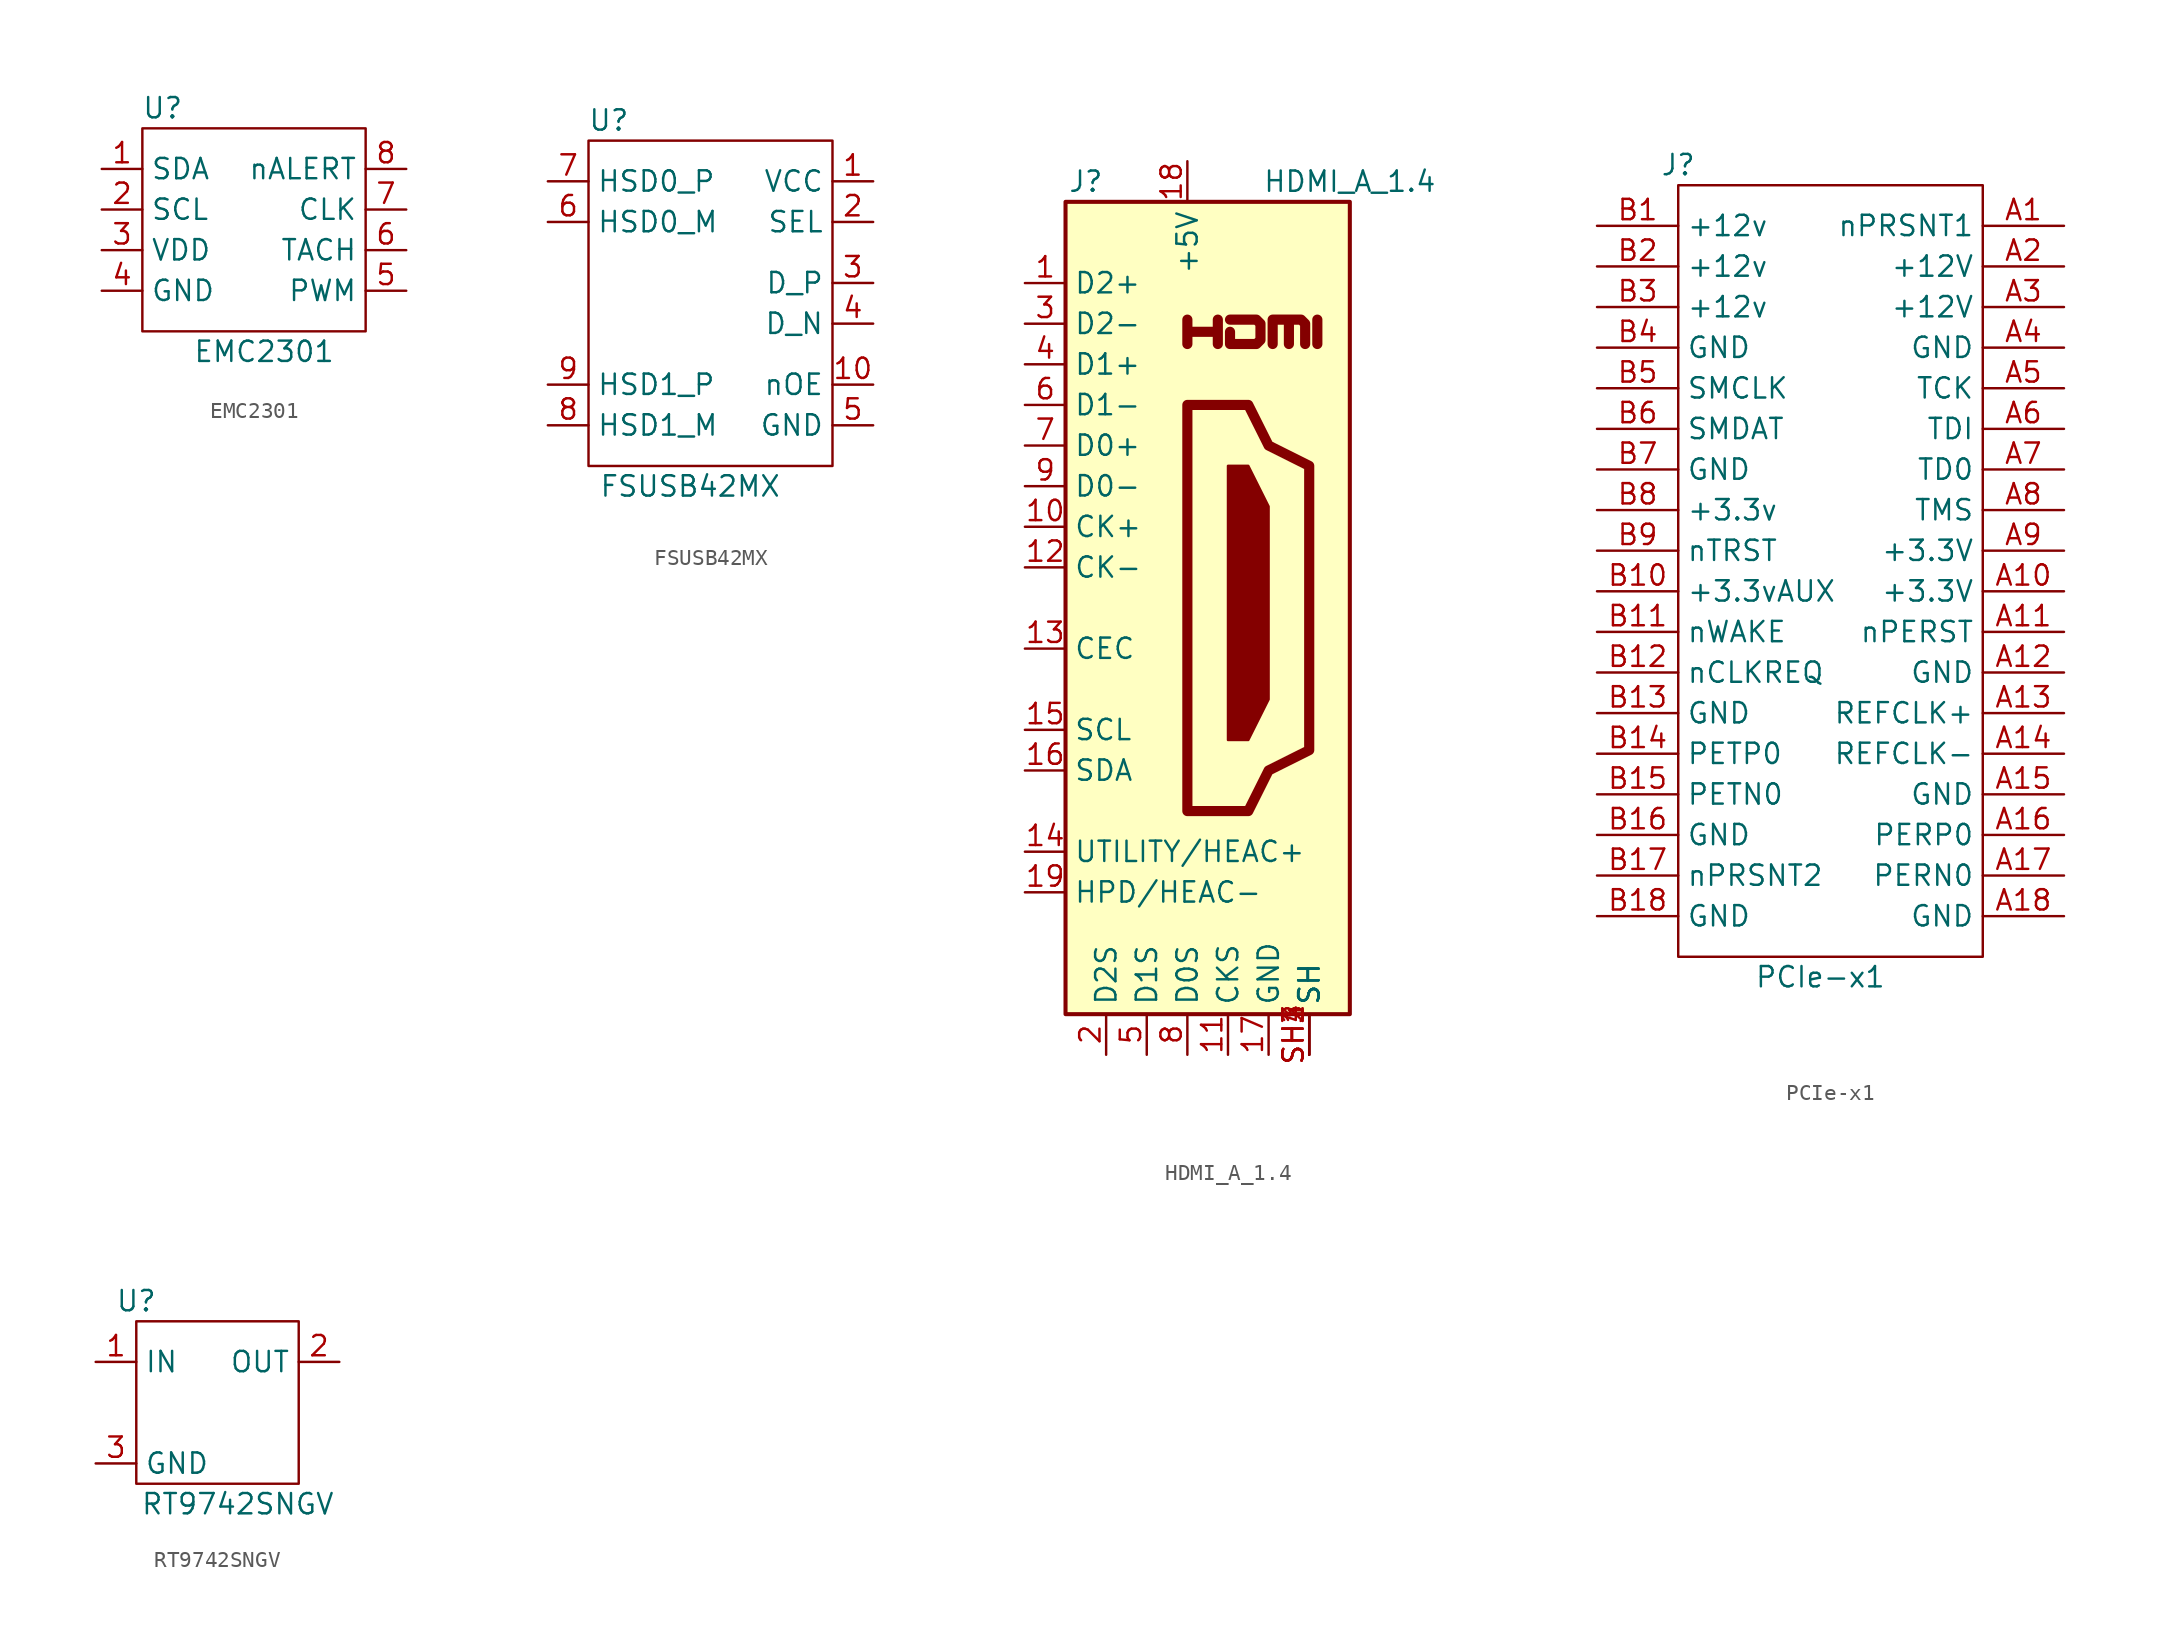
<source format=kicad_sym>
(kicad_symbol_lib
  (version 20201005)
  (generator kicad_symbol_editor)
  (symbol "AP3000:EMC2301"
    (property "Reference" "U"
      (at -7.62 13.97 0)
      (effects (font (size 1.27 1.27))))
    (property "Value" "EMC2301"
      (at -1.27 -1.27 0)
      (effects (font (size 1.27 1.27))))
    (symbol "EMC2301_0_0"
      (pin open_collector line (at -11.43 10.16 0) (length 2.54) (name "SDA" (effects (font (size 1.27 1.27)))) (number "1" (effects (font (size 1.27 1.27)))))
      (pin open_collector line (at -11.43 7.62 0) (length 2.54) (name "SCL" (effects (font (size 1.27 1.27)))) (number "2" (effects (font (size 1.27 1.27)))))
      (pin power_in line (at -11.43 5.08 0) (length 2.54) (name "VDD" (effects (font (size 1.27 1.27)))) (number "3" (effects (font (size 1.27 1.27)))))
      (pin power_in line (at -11.43 2.54 0) (length 2.54) (name "GND" (effects (font (size 1.27 1.27)))) (number "4" (effects (font (size 1.27 1.27)))))
      (pin output line (at 7.62 2.54 180) (length 2.54) (name "PWM" (effects (font (size 1.27 1.27)))) (number "5" (effects (font (size 1.27 1.27)))))
      (pin input line (at 7.62 5.08 180) (length 2.54) (name "TACH" (effects (font (size 1.27 1.27)))) (number "6" (effects (font (size 1.27 1.27)))))
      (pin input line (at 7.62 7.62 180) (length 2.54) (name "CLK" (effects (font (size 1.27 1.27)))) (number "7" (effects (font (size 1.27 1.27)))))
      (pin open_collector line (at 7.62 10.16 180) (length 2.54) (name "nALERT" (effects (font (size 1.27 1.27)))) (number "8" (effects (font (size 1.27 1.27))))))
    (symbol "EMC2301_0_1"
      (rectangle (start -8.89 12.7) (end 5.08 0) (stroke (width 0)) (fill (type none)))))
  (symbol "AP3000:FSUSB42MX"
    (property "Reference" "U"
      (at -7.62 20.32 0)
      (effects (font (size 1.27 1.27))))
    (property "Value" "FSUSB42MX"
      (at -2.54 -2.54 0)
      (effects (font (size 1.27 1.27))))
    (symbol "FSUSB42MX_0_0"
      (pin power_in line (at 8.89 16.51 180) (length 2.54) (name "VCC" (effects (font (size 1.27 1.27)))) (number "1" (effects (font (size 1.27 1.27)))))
      (pin input line (at 8.89 3.81 180) (length 2.54) (name "nOE" (effects (font (size 1.27 1.27)))) (number "10" (effects (font (size 1.27 1.27)))))
      (pin input line (at 8.89 13.97 180) (length 2.54) (name "SEL" (effects (font (size 1.27 1.27)))) (number "2" (effects (font (size 1.27 1.27)))))
      (pin bidirectional line (at 8.89 10.16 180) (length 2.54) (name "D_P" (effects (font (size 1.27 1.27)))) (number "3" (effects (font (size 1.27 1.27)))))
      (pin bidirectional line (at 8.89 7.62 180) (length 2.54) (name "D_N" (effects (font (size 1.27 1.27)))) (number "4" (effects (font (size 1.27 1.27)))))
      (pin power_in line (at 8.89 1.27 180) (length 2.54) (name "GND" (effects (font (size 1.27 1.27)))) (number "5" (effects (font (size 1.27 1.27)))))
      (pin bidirectional line (at -11.43 13.97 0) (length 2.54) (name "HSD0_M" (effects (font (size 1.27 1.27)))) (number "6" (effects (font (size 1.27 1.27)))))
      (pin bidirectional line (at -11.43 16.51 0) (length 2.54) (name "HSD0_P" (effects (font (size 1.27 1.27)))) (number "7" (effects (font (size 1.27 1.27)))))
      (pin bidirectional line (at -11.43 1.27 0) (length 2.54) (name "HSD1_M" (effects (font (size 1.27 1.27)))) (number "8" (effects (font (size 1.27 1.27)))))
      (pin bidirectional line (at -11.43 3.81 0) (length 2.54) (name "HSD1_P" (effects (font (size 1.27 1.27)))) (number "9" (effects (font (size 1.27 1.27))))))
    (symbol "FSUSB42MX_0_1"
      (rectangle (start -8.89 19.05) (end 6.35 -1.27) (stroke (width 0)) (fill (type none)))))
  (symbol "AP3000:HDMI_A_1.4"
    (property "Reference" "J"
      (at -6.35 26.67 0)
      (effects (font (size 1.27 1.27))))
    (property "Value" "HDMI_A_1.4"
      (at 10.16 26.67 0)
      (effects (font (size 1.27 1.27))))
    (symbol "HDMI_A_1.4_0_0"
      (polyline (pts (xy 8.128 16.51) (xy 8.128 18.034)) (stroke (width 0.635)) (fill (type none)))
      (polyline (pts (xy 0 16.51) (xy 0 18.034) (xy 0 17.272) (xy 1.905 17.272) (xy 1.905 18.034) (xy 1.905 16.51)) (stroke (width 0.635)) (fill (type none)))
      (polyline (pts (xy 2.667 18.034) (xy 4.318 18.034) (xy 4.572 17.78) (xy 4.572 16.764) (xy 4.318 16.51) (xy 2.667 16.51) (xy 2.667 17.272)) (stroke (width 0.635)) (fill (type none)))
      (pin passive line (at 7.62 -27.94 90) (length 2.54) (name "SH" (effects (font (size 1.27 1.27)))) (number "SH2" (effects (font (size 1.27 1.27)))))
      (pin passive line (at 7.62 -27.94 90) (length 2.54) (name "SH" (effects (font (size 1.27 1.27)))) (number "SH3" (effects (font (size 1.27 1.27)))))
      (pin passive line (at 7.62 -27.94 90) (length 2.54) (name "SH" (effects (font (size 1.27 1.27)))) (number "SH4" (effects (font (size 1.27 1.27))))))
    (symbol "HDMI_A_1.4_0_1"
      (rectangle (start -7.62 25.4) (end 10.16 -25.4) (stroke (width 0.254)) (fill (type background)))
      (polyline (pts (xy 5.334 16.51) (xy 5.334 18.034) (xy 6.35 18.034) (xy 6.35 16.51) (xy 6.35 18.034) (xy 7.112 18.034) (xy 7.366 17.78) (xy 7.366 16.51)) (stroke (width 0.635)) (fill (type none)))
      (polyline (pts (xy 0 12.7) (xy 0 -12.7) (xy 3.81 -12.7) (xy 5.08 -10.16) (xy 7.62 -8.89) (xy 7.62 8.89) (xy 5.08 10.16) (xy 3.81 12.7) (xy 0 12.7)) (stroke (width 0.635)) (fill (type none)))
      (polyline (pts (xy 2.54 8.89) (xy 3.81 8.89) (xy 5.08 6.35) (xy 5.08 -5.715) (xy 3.81 -8.255) (xy 2.54 -8.255) (xy 2.54 8.89)) (stroke (width 0)) (fill (type outline))))
    (symbol "HDMI_A_1.4_1_1"
      (pin passive line (at -10.16 20.32 0) (length 2.54) (name "D2+" (effects (font (size 1.27 1.27)))) (number "1" (effects (font (size 1.27 1.27)))))
      (pin passive line (at -10.16 5.08 0) (length 2.54) (name "CK+" (effects (font (size 1.27 1.27)))) (number "10" (effects (font (size 1.27 1.27)))))
      (pin power_in line (at 2.54 -27.94 90) (length 2.54) (name "CKS" (effects (font (size 1.27 1.27)))) (number "11" (effects (font (size 1.27 1.27)))))
      (pin passive line (at -10.16 2.54 0) (length 2.54) (name "CK-" (effects (font (size 1.27 1.27)))) (number "12" (effects (font (size 1.27 1.27)))))
      (pin bidirectional line (at -10.16 -2.54 0) (length 2.54) (name "CEC" (effects (font (size 1.27 1.27)))) (number "13" (effects (font (size 1.27 1.27)))))
      (pin passive line (at -10.16 -15.24 0) (length 2.54) (name "UTILITY/HEAC+" (effects (font (size 1.27 1.27)))) (number "14" (effects (font (size 1.27 1.27)))))
      (pin passive line (at -10.16 -7.62 0) (length 2.54) (name "SCL" (effects (font (size 1.27 1.27)))) (number "15" (effects (font (size 1.27 1.27)))))
      (pin bidirectional line (at -10.16 -10.16 0) (length 2.54) (name "SDA" (effects (font (size 1.27 1.27)))) (number "16" (effects (font (size 1.27 1.27)))))
      (pin power_in line (at 5.08 -27.94 90) (length 2.54) (name "GND" (effects (font (size 1.27 1.27)))) (number "17" (effects (font (size 1.27 1.27)))))
      (pin power_in line (at 0 27.94 270) (length 2.54) (name "+5V" (effects (font (size 1.27 1.27)))) (number "18" (effects (font (size 1.27 1.27)))))
      (pin passive line (at -10.16 -17.78 0) (length 2.54) (name "HPD/HEAC-" (effects (font (size 1.27 1.27)))) (number "19" (effects (font (size 1.27 1.27)))))
      (pin power_in line (at -5.08 -27.94 90) (length 2.54) (name "D2S" (effects (font (size 1.27 1.27)))) (number "2" (effects (font (size 1.27 1.27)))))
      (pin passive line (at -10.16 17.78 0) (length 2.54) (name "D2-" (effects (font (size 1.27 1.27)))) (number "3" (effects (font (size 1.27 1.27)))))
      (pin passive line (at -10.16 15.24 0) (length 2.54) (name "D1+" (effects (font (size 1.27 1.27)))) (number "4" (effects (font (size 1.27 1.27)))))
      (pin power_in line (at -2.54 -27.94 90) (length 2.54) (name "D1S" (effects (font (size 1.27 1.27)))) (number "5" (effects (font (size 1.27 1.27)))))
      (pin passive line (at -10.16 12.7 0) (length 2.54) (name "D1-" (effects (font (size 1.27 1.27)))) (number "6" (effects (font (size 1.27 1.27)))))
      (pin passive line (at -10.16 10.16 0) (length 2.54) (name "D0+" (effects (font (size 1.27 1.27)))) (number "7" (effects (font (size 1.27 1.27)))))
      (pin power_in line (at 0 -27.94 90) (length 2.54) (name "D0S" (effects (font (size 1.27 1.27)))) (number "8" (effects (font (size 1.27 1.27)))))
      (pin passive line (at -10.16 7.62 0) (length 2.54) (name "D0-" (effects (font (size 1.27 1.27)))) (number "9" (effects (font (size 1.27 1.27)))))
      (pin passive line (at 7.62 -27.94 90) (length 2.54) (name "SH" (effects (font (size 1.27 1.27)))) (number "SH1" (effects (font (size 1.27 1.27)))))))
  (symbol "AP3000:PCIe-x1"
    (property "Reference" "J"
      (at -13.97 36.83 0)
      (effects (font (size 1.27 1.27))))
    (property "Value" "PCIe-x1"
      (at -5.08 -13.97 0)
      (effects (font (size 1.27 1.27))))
    (symbol "PCIe-x1_0_0"
      (pin passive line (at 10.16 33.02 180) (length 5.08) (name "nPRSNT1" (effects (font (size 1.27 1.27)))) (number "A1" (effects (font (size 1.27 1.27)))))
      (pin power_in line (at 10.16 10.16 180) (length 5.08) (name "+3.3V" (effects (font (size 1.27 1.27)))) (number "A10" (effects (font (size 1.27 1.27)))))
      (pin input line (at 10.16 7.62 180) (length 5.08) (name "nPERST" (effects (font (size 1.27 1.27)))) (number "A11" (effects (font (size 1.27 1.27)))))
      (pin power_in line (at 10.16 5.08 180) (length 5.08) (name "GND" (effects (font (size 1.27 1.27)))) (number "A12" (effects (font (size 1.27 1.27)))))
      (pin input line (at 10.16 2.54 180) (length 5.08) (name "REFCLK+" (effects (font (size 1.27 1.27)))) (number "A13" (effects (font (size 1.27 1.27)))))
      (pin input line (at 10.16 0 180) (length 5.08) (name "REFCLK-" (effects (font (size 1.27 1.27)))) (number "A14" (effects (font (size 1.27 1.27)))))
      (pin power_in line (at 10.16 -2.54 180) (length 5.08) (name "GND" (effects (font (size 1.27 1.27)))) (number "A15" (effects (font (size 1.27 1.27)))))
      (pin output line (at 10.16 -5.08 180) (length 5.08) (name "PERP0" (effects (font (size 1.27 1.27)))) (number "A16" (effects (font (size 1.27 1.27)))))
      (pin output line (at 10.16 -7.62 180) (length 5.08) (name "PERN0" (effects (font (size 1.27 1.27)))) (number "A17" (effects (font (size 1.27 1.27)))))
      (pin power_in line (at 10.16 -10.16 180) (length 5.08) (name "GND" (effects (font (size 1.27 1.27)))) (number "A18" (effects (font (size 1.27 1.27)))))
      (pin power_in line (at 10.16 30.48 180) (length 5.08) (name "+12V" (effects (font (size 1.27 1.27)))) (number "A2" (effects (font (size 1.27 1.27)))))
      (pin power_in line (at 10.16 27.94 180) (length 5.08) (name "+12V" (effects (font (size 1.27 1.27)))) (number "A3" (effects (font (size 1.27 1.27)))))
      (pin power_in line (at 10.16 25.4 180) (length 5.08) (name "GND" (effects (font (size 1.27 1.27)))) (number "A4" (effects (font (size 1.27 1.27)))))
      (pin input line (at 10.16 22.86 180) (length 5.08) (name "TCK" (effects (font (size 1.27 1.27)))) (number "A5" (effects (font (size 1.27 1.27)))))
      (pin input line (at 10.16 20.32 180) (length 5.08) (name "TDI" (effects (font (size 1.27 1.27)))) (number "A6" (effects (font (size 1.27 1.27)))))
      (pin output line (at 10.16 17.78 180) (length 5.08) (name "TD0" (effects (font (size 1.27 1.27)))) (number "A7" (effects (font (size 1.27 1.27)))))
      (pin input line (at 10.16 15.24 180) (length 5.08) (name "TMS" (effects (font (size 1.27 1.27)))) (number "A8" (effects (font (size 1.27 1.27)))))
      (pin power_in line (at 10.16 12.7 180) (length 5.08) (name "+3.3V" (effects (font (size 1.27 1.27)))) (number "A9" (effects (font (size 1.27 1.27)))))
      (pin power_in line (at -19.05 33.02 0) (length 5.08) (name "+12v" (effects (font (size 1.27 1.27)))) (number "B1" (effects (font (size 1.27 1.27)))))
      (pin power_in line (at -19.05 10.16 0) (length 5.08) (name "+3.3vAUX" (effects (font (size 1.27 1.27)))) (number "B10" (effects (font (size 1.27 1.27)))))
      (pin open_collector line (at -19.05 7.62 0) (length 5.08) (name "nWAKE" (effects (font (size 1.27 1.27)))) (number "B11" (effects (font (size 1.27 1.27)))))
      (pin open_collector line (at -19.05 5.08 0) (length 5.08) (name "nCLKREQ" (effects (font (size 1.27 1.27)))) (number "B12" (effects (font (size 1.27 1.27)))))
      (pin power_in line (at -19.05 2.54 0) (length 5.08) (name "GND" (effects (font (size 1.27 1.27)))) (number "B13" (effects (font (size 1.27 1.27)))))
      (pin input line (at -19.05 0 0) (length 5.08) (name "PETP0" (effects (font (size 1.27 1.27)))) (number "B14" (effects (font (size 1.27 1.27)))))
      (pin input line (at -19.05 -2.54 0) (length 5.08) (name "PETN0" (effects (font (size 1.27 1.27)))) (number "B15" (effects (font (size 1.27 1.27)))))
      (pin power_in line (at -19.05 -5.08 0) (length 5.08) (name "GND" (effects (font (size 1.27 1.27)))) (number "B16" (effects (font (size 1.27 1.27)))))
      (pin passive line (at -19.05 -7.62 0) (length 5.08) (name "nPRSNT2" (effects (font (size 1.27 1.27)))) (number "B17" (effects (font (size 1.27 1.27)))))
      (pin power_in line (at -19.05 -10.16 0) (length 5.08) (name "GND" (effects (font (size 1.27 1.27)))) (number "B18" (effects (font (size 1.27 1.27)))))
      (pin power_in line (at -19.05 30.48 0) (length 5.08) (name "+12v" (effects (font (size 1.27 1.27)))) (number "B2" (effects (font (size 1.27 1.27)))))
      (pin power_in line (at -19.05 27.94 0) (length 5.08) (name "+12v" (effects (font (size 1.27 1.27)))) (number "B3" (effects (font (size 1.27 1.27)))))
      (pin power_in line (at -19.05 25.4 0) (length 5.08) (name "GND" (effects (font (size 1.27 1.27)))) (number "B4" (effects (font (size 1.27 1.27)))))
      (pin passive line (at -19.05 22.86 0) (length 5.08) (name "SMCLK" (effects (font (size 1.27 1.27)))) (number "B5" (effects (font (size 1.27 1.27)))))
      (pin passive line (at -19.05 20.32 0) (length 5.08) (name "SMDAT" (effects (font (size 1.27 1.27)))) (number "B6" (effects (font (size 1.27 1.27)))))
      (pin power_in line (at -19.05 17.78 0) (length 5.08) (name "GND" (effects (font (size 1.27 1.27)))) (number "B7" (effects (font (size 1.27 1.27)))))
      (pin power_in line (at -19.05 15.24 0) (length 5.08) (name "+3.3v" (effects (font (size 1.27 1.27)))) (number "B8" (effects (font (size 1.27 1.27)))))
      (pin input line (at -19.05 12.7 0) (length 5.08) (name "nTRST" (effects (font (size 1.27 1.27)))) (number "B9" (effects (font (size 1.27 1.27))))))
    (symbol "PCIe-x1_0_1"
      (rectangle (start -13.97 35.56) (end 5.08 -12.7) (stroke (width 0)) (fill (type none)))))
  (symbol "AP3000:RT9742SNGV"
    (property "Reference" "U"
      (at -2.54 7.62 0)
      (effects (font (size 1.27 1.27))))
    (property "Value" "RT9742SNGV"
      (at 3.81 -5.08 0)
      (effects (font (size 1.27 1.27))))
    (symbol "RT9742SNGV_0_1"
      (rectangle (start -2.54 6.35) (end 7.62 -3.81) (stroke (width 0)) (fill (type none))))
    (symbol "RT9742SNGV_1_1"
      (pin power_in line (at -5.08 3.81 0) (length 2.54) (name "IN" (effects (font (size 1.27 1.27)))) (number "1" (effects (font (size 1.27 1.27)))))
      (pin power_in line (at 10.16 3.81 180) (length 2.54) (name "OUT" (effects (font (size 1.27 1.27)))) (number "2" (effects (font (size 1.27 1.27)))))
      (pin power_in line (at -5.08 -2.54 0) (length 2.54) (name "GND" (effects (font (size 1.27 1.27)))) (number "3" (effects (font (size 1.27 1.27))))))))
</source>
